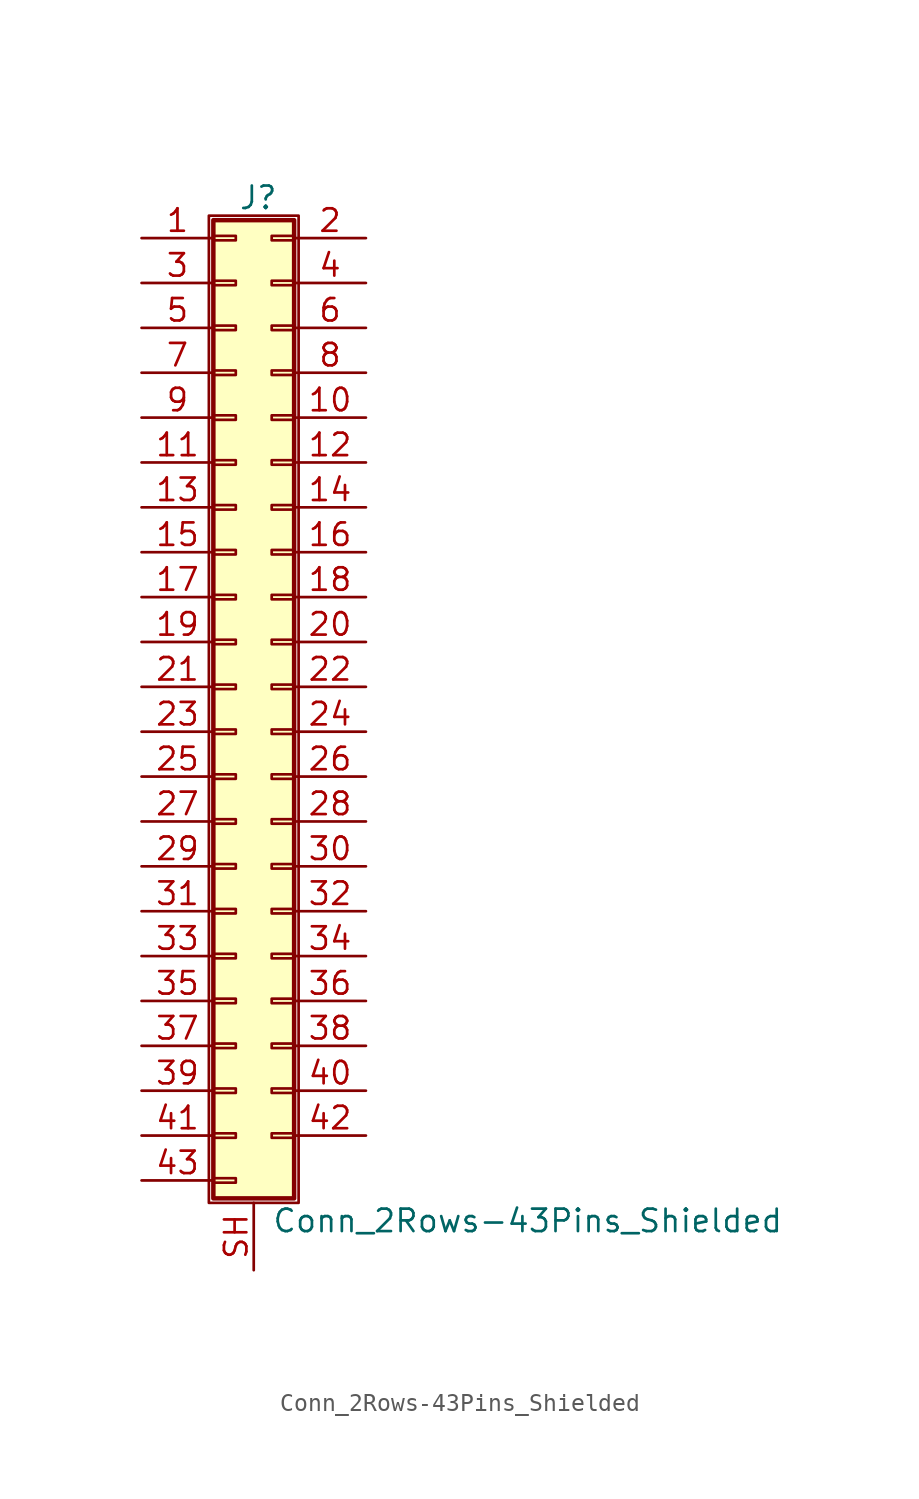
<source format=kicad_sym>
(kicad_symbol_lib
  (version 20201005)
  (generator kicad_symbol_editor)
  (symbol "Conn_2Rows-43Pins_Shielded"
    (pin_names
      (offset 1.016) hide)
    (property "Reference" "J"
      (at 1.524 27.686 0)
      (effects (font (size 1.27 1.27))))
    (property "Value" "Conn_2Rows-43Pins_Shielded"
      (at 2.286 -30.226 0)
      (effects (font (size 1.27 1.27)) (justify left)))
    (symbol "Conn_2Rows-43Pins_Shielded_1_1"
      (rectangle (start -1.27 26.67) (end 3.81 -29.21) (stroke (width 0.152)) (fill (type none)))
      (rectangle (start -1.016 -27.813) (end 0.254 -28.067) (stroke (width 0.152)) (fill (type none)))
      (rectangle (start -1.016 -25.273) (end 0.254 -25.527) (stroke (width 0.152)) (fill (type none)))
      (rectangle (start -1.016 -22.733) (end 0.254 -22.987) (stroke (width 0.152)) (fill (type none)))
      (rectangle (start -1.016 -20.193) (end 0.254 -20.447) (stroke (width 0.152)) (fill (type none)))
      (rectangle (start -1.016 -17.653) (end 0.254 -17.907) (stroke (width 0.152)) (fill (type none)))
      (rectangle (start -1.016 -15.113) (end 0.254 -15.367) (stroke (width 0.152)) (fill (type none)))
      (rectangle (start -1.016 -12.573) (end 0.254 -12.827) (stroke (width 0.152)) (fill (type none)))
      (rectangle (start -1.016 -10.033) (end 0.254 -10.287) (stroke (width 0.152)) (fill (type none)))
      (rectangle (start -1.016 -7.493) (end 0.254 -7.747) (stroke (width 0.152)) (fill (type none)))
      (rectangle (start -1.016 -4.953) (end 0.254 -5.207) (stroke (width 0.152)) (fill (type none)))
      (rectangle (start -1.016 -2.413) (end 0.254 -2.667) (stroke (width 0.152)) (fill (type none)))
      (rectangle (start -1.016 0.127) (end 0.254 -0.127) (stroke (width 0.152)) (fill (type none)))
      (rectangle (start -1.016 2.667) (end 0.254 2.413) (stroke (width 0.152)) (fill (type none)))
      (rectangle (start -1.016 5.207) (end 0.254 4.953) (stroke (width 0.152)) (fill (type none)))
      (rectangle (start -1.016 7.747) (end 0.254 7.493) (stroke (width 0.152)) (fill (type none)))
      (rectangle (start -1.016 10.287) (end 0.254 10.033) (stroke (width 0.152)) (fill (type none)))
      (rectangle (start -1.016 12.827) (end 0.254 12.573) (stroke (width 0.152)) (fill (type none)))
      (rectangle (start -1.016 15.367) (end 0.254 15.113) (stroke (width 0.152)) (fill (type none)))
      (rectangle (start -1.016 17.907) (end 0.254 17.653) (stroke (width 0.152)) (fill (type none)))
      (rectangle (start -1.016 20.447) (end 0.254 20.193) (stroke (width 0.152)) (fill (type none)))
      (rectangle (start -1.016 22.987) (end 0.254 22.733) (stroke (width 0.152)) (fill (type none)))
      (rectangle (start -1.016 25.527) (end 0.254 25.273) (stroke (width 0.152)) (fill (type none)))
      (rectangle (start 3.556 -25.273) (end 2.286 -25.527) (stroke (width 0.152)) (fill (type none)))
      (rectangle (start 3.556 -22.733) (end 2.286 -22.987) (stroke (width 0.152)) (fill (type none)))
      (rectangle (start 3.556 -20.193) (end 2.286 -20.447) (stroke (width 0.152)) (fill (type none)))
      (rectangle (start 3.556 -17.653) (end 2.286 -17.907) (stroke (width 0.152)) (fill (type none)))
      (rectangle (start 3.556 -15.113) (end 2.286 -15.367) (stroke (width 0.152)) (fill (type none)))
      (rectangle (start 3.556 -12.573) (end 2.286 -12.827) (stroke (width 0.152)) (fill (type none)))
      (rectangle (start 3.556 -10.033) (end 2.286 -10.287) (stroke (width 0.152)) (fill (type none)))
      (rectangle (start 3.556 -7.493) (end 2.286 -7.747) (stroke (width 0.152)) (fill (type none)))
      (rectangle (start 3.556 -4.953) (end 2.286 -5.207) (stroke (width 0.152)) (fill (type none)))
      (rectangle (start 3.556 -2.413) (end 2.286 -2.667) (stroke (width 0.152)) (fill (type none)))
      (rectangle (start 3.556 0.127) (end 2.286 -0.127) (stroke (width 0.152)) (fill (type none)))
      (rectangle (start 3.556 2.667) (end 2.286 2.413) (stroke (width 0.152)) (fill (type none)))
      (rectangle (start 3.556 5.207) (end 2.286 4.953) (stroke (width 0.152)) (fill (type none)))
      (rectangle (start 3.556 7.747) (end 2.286 7.493) (stroke (width 0.152)) (fill (type none)))
      (rectangle (start 3.556 10.287) (end 2.286 10.033) (stroke (width 0.152)) (fill (type none)))
      (rectangle (start 3.556 12.827) (end 2.286 12.573) (stroke (width 0.152)) (fill (type none)))
      (rectangle (start 3.556 15.367) (end 2.286 15.113) (stroke (width 0.152)) (fill (type none)))
      (rectangle (start 3.556 17.907) (end 2.286 17.653) (stroke (width 0.152)) (fill (type none)))
      (rectangle (start 3.556 20.447) (end 2.286 20.193) (stroke (width 0.152)) (fill (type none)))
      (rectangle (start 3.556 22.987) (end 2.286 22.733) (stroke (width 0.152)) (fill (type none)))
      (rectangle (start 3.556 25.527) (end 2.286 25.273) (stroke (width 0.152)) (fill (type none)))
      (rectangle (start -1.016 26.416) (end 3.556 -28.956) (stroke (width 0.254)) (fill (type background)))
      (pin passive line (at -5.08 25.4 0) (length 4.064) (name "Pin_1" (effects (font (size 1.27 1.27)))) (number "1" (effects (font (size 1.27 1.27)))))
      (pin passive line (at 7.62 15.24 180) (length 4.064) (name "Pin_10" (effects (font (size 1.27 1.27)))) (number "10" (effects (font (size 1.27 1.27)))))
      (pin passive line (at -5.08 12.7 0) (length 4.064) (name "Pin_11" (effects (font (size 1.27 1.27)))) (number "11" (effects (font (size 1.27 1.27)))))
      (pin passive line (at 7.62 12.7 180) (length 4.064) (name "Pin_12" (effects (font (size 1.27 1.27)))) (number "12" (effects (font (size 1.27 1.27)))))
      (pin passive line (at -5.08 10.16 0) (length 4.064) (name "Pin_13" (effects (font (size 1.27 1.27)))) (number "13" (effects (font (size 1.27 1.27)))))
      (pin passive line (at 7.62 10.16 180) (length 4.064) (name "Pin_14" (effects (font (size 1.27 1.27)))) (number "14" (effects (font (size 1.27 1.27)))))
      (pin passive line (at -5.08 7.62 0) (length 4.064) (name "Pin_15" (effects (font (size 1.27 1.27)))) (number "15" (effects (font (size 1.27 1.27)))))
      (pin passive line (at 7.62 7.62 180) (length 4.064) (name "Pin_16" (effects (font (size 1.27 1.27)))) (number "16" (effects (font (size 1.27 1.27)))))
      (pin passive line (at -5.08 5.08 0) (length 4.064) (name "Pin_17" (effects (font (size 1.27 1.27)))) (number "17" (effects (font (size 1.27 1.27)))))
      (pin passive line (at 7.62 5.08 180) (length 4.064) (name "Pin_18" (effects (font (size 1.27 1.27)))) (number "18" (effects (font (size 1.27 1.27)))))
      (pin passive line (at -5.08 2.54 0) (length 4.064) (name "Pin_19" (effects (font (size 1.27 1.27)))) (number "19" (effects (font (size 1.27 1.27)))))
      (pin passive line (at 7.62 25.4 180) (length 4.064) (name "Pin_2" (effects (font (size 1.27 1.27)))) (number "2" (effects (font (size 1.27 1.27)))))
      (pin passive line (at 7.62 2.54 180) (length 4.064) (name "Pin_20" (effects (font (size 1.27 1.27)))) (number "20" (effects (font (size 1.27 1.27)))))
      (pin passive line (at -5.08 0 0) (length 4.064) (name "Pin_21" (effects (font (size 1.27 1.27)))) (number "21" (effects (font (size 1.27 1.27)))))
      (pin passive line (at 7.62 0 180) (length 4.064) (name "Pin_22" (effects (font (size 1.27 1.27)))) (number "22" (effects (font (size 1.27 1.27)))))
      (pin passive line (at -5.08 -2.54 0) (length 4.064) (name "Pin_23" (effects (font (size 1.27 1.27)))) (number "23" (effects (font (size 1.27 1.27)))))
      (pin passive line (at 7.62 -2.54 180) (length 4.064) (name "Pin_24" (effects (font (size 1.27 1.27)))) (number "24" (effects (font (size 1.27 1.27)))))
      (pin passive line (at -5.08 -5.08 0) (length 4.064) (name "Pin_25" (effects (font (size 1.27 1.27)))) (number "25" (effects (font (size 1.27 1.27)))))
      (pin passive line (at 7.62 -5.08 180) (length 4.064) (name "Pin_26" (effects (font (size 1.27 1.27)))) (number "26" (effects (font (size 1.27 1.27)))))
      (pin passive line (at -5.08 -7.62 0) (length 4.064) (name "Pin_27" (effects (font (size 1.27 1.27)))) (number "27" (effects (font (size 1.27 1.27)))))
      (pin passive line (at 7.62 -7.62 180) (length 4.064) (name "Pin_28" (effects (font (size 1.27 1.27)))) (number "28" (effects (font (size 1.27 1.27)))))
      (pin passive line (at -5.08 -10.16 0) (length 4.064) (name "Pin_29" (effects (font (size 1.27 1.27)))) (number "29" (effects (font (size 1.27 1.27)))))
      (pin passive line (at -5.08 22.86 0) (length 4.064) (name "Pin_3" (effects (font (size 1.27 1.27)))) (number "3" (effects (font (size 1.27 1.27)))))
      (pin passive line (at 7.62 -10.16 180) (length 4.064) (name "Pin_30" (effects (font (size 1.27 1.27)))) (number "30" (effects (font (size 1.27 1.27)))))
      (pin passive line (at -5.08 -12.7 0) (length 4.064) (name "Pin_31" (effects (font (size 1.27 1.27)))) (number "31" (effects (font (size 1.27 1.27)))))
      (pin passive line (at 7.62 -12.7 180) (length 4.064) (name "Pin_32" (effects (font (size 1.27 1.27)))) (number "32" (effects (font (size 1.27 1.27)))))
      (pin passive line (at -5.08 -15.24 0) (length 4.064) (name "Pin_33" (effects (font (size 1.27 1.27)))) (number "33" (effects (font (size 1.27 1.27)))))
      (pin passive line (at 7.62 -15.24 180) (length 4.064) (name "Pin_34" (effects (font (size 1.27 1.27)))) (number "34" (effects (font (size 1.27 1.27)))))
      (pin passive line (at -5.08 -17.78 0) (length 4.064) (name "Pin_35" (effects (font (size 1.27 1.27)))) (number "35" (effects (font (size 1.27 1.27)))))
      (pin passive line (at 7.62 -17.78 180) (length 4.064) (name "Pin_36" (effects (font (size 1.27 1.27)))) (number "36" (effects (font (size 1.27 1.27)))))
      (pin passive line (at -5.08 -20.32 0) (length 4.064) (name "Pin_37" (effects (font (size 1.27 1.27)))) (number "37" (effects (font (size 1.27 1.27)))))
      (pin passive line (at 7.62 -20.32 180) (length 4.064) (name "Pin_38" (effects (font (size 1.27 1.27)))) (number "38" (effects (font (size 1.27 1.27)))))
      (pin passive line (at -5.08 -22.86 0) (length 4.064) (name "Pin_39" (effects (font (size 1.27 1.27)))) (number "39" (effects (font (size 1.27 1.27)))))
      (pin passive line (at 7.62 22.86 180) (length 4.064) (name "Pin_4" (effects (font (size 1.27 1.27)))) (number "4" (effects (font (size 1.27 1.27)))))
      (pin passive line (at 7.62 -22.86 180) (length 4.064) (name "Pin_40" (effects (font (size 1.27 1.27)))) (number "40" (effects (font (size 1.27 1.27)))))
      (pin passive line (at -5.08 -25.4 0) (length 4.064) (name "Pin_41" (effects (font (size 1.27 1.27)))) (number "41" (effects (font (size 1.27 1.27)))))
      (pin passive line (at 7.62 -25.4 180) (length 4.064) (name "Pin_42" (effects (font (size 1.27 1.27)))) (number "42" (effects (font (size 1.27 1.27)))))
      (pin passive line (at -5.08 -27.94 0) (length 4.064) (name "Pin_43" (effects (font (size 1.27 1.27)))) (number "43" (effects (font (size 1.27 1.27)))))
      (pin passive line (at -5.08 20.32 0) (length 4.064) (name "Pin_5" (effects (font (size 1.27 1.27)))) (number "5" (effects (font (size 1.27 1.27)))))
      (pin passive line (at 7.62 20.32 180) (length 4.064) (name "Pin_6" (effects (font (size 1.27 1.27)))) (number "6" (effects (font (size 1.27 1.27)))))
      (pin passive line (at -5.08 17.78 0) (length 4.064) (name "Pin_7" (effects (font (size 1.27 1.27)))) (number "7" (effects (font (size 1.27 1.27)))))
      (pin passive line (at 7.62 17.78 180) (length 4.064) (name "Pin_8" (effects (font (size 1.27 1.27)))) (number "8" (effects (font (size 1.27 1.27)))))
      (pin passive line (at -5.08 15.24 0) (length 4.064) (name "Pin_9" (effects (font (size 1.27 1.27)))) (number "9" (effects (font (size 1.27 1.27)))))
      (pin passive line (at 1.27 -33.02 90) (length 3.81) (name "Shield" (effects (font (size 1.27 1.27)))) (number "SH" (effects (font (size 1.27 1.27))))))))
</source>
